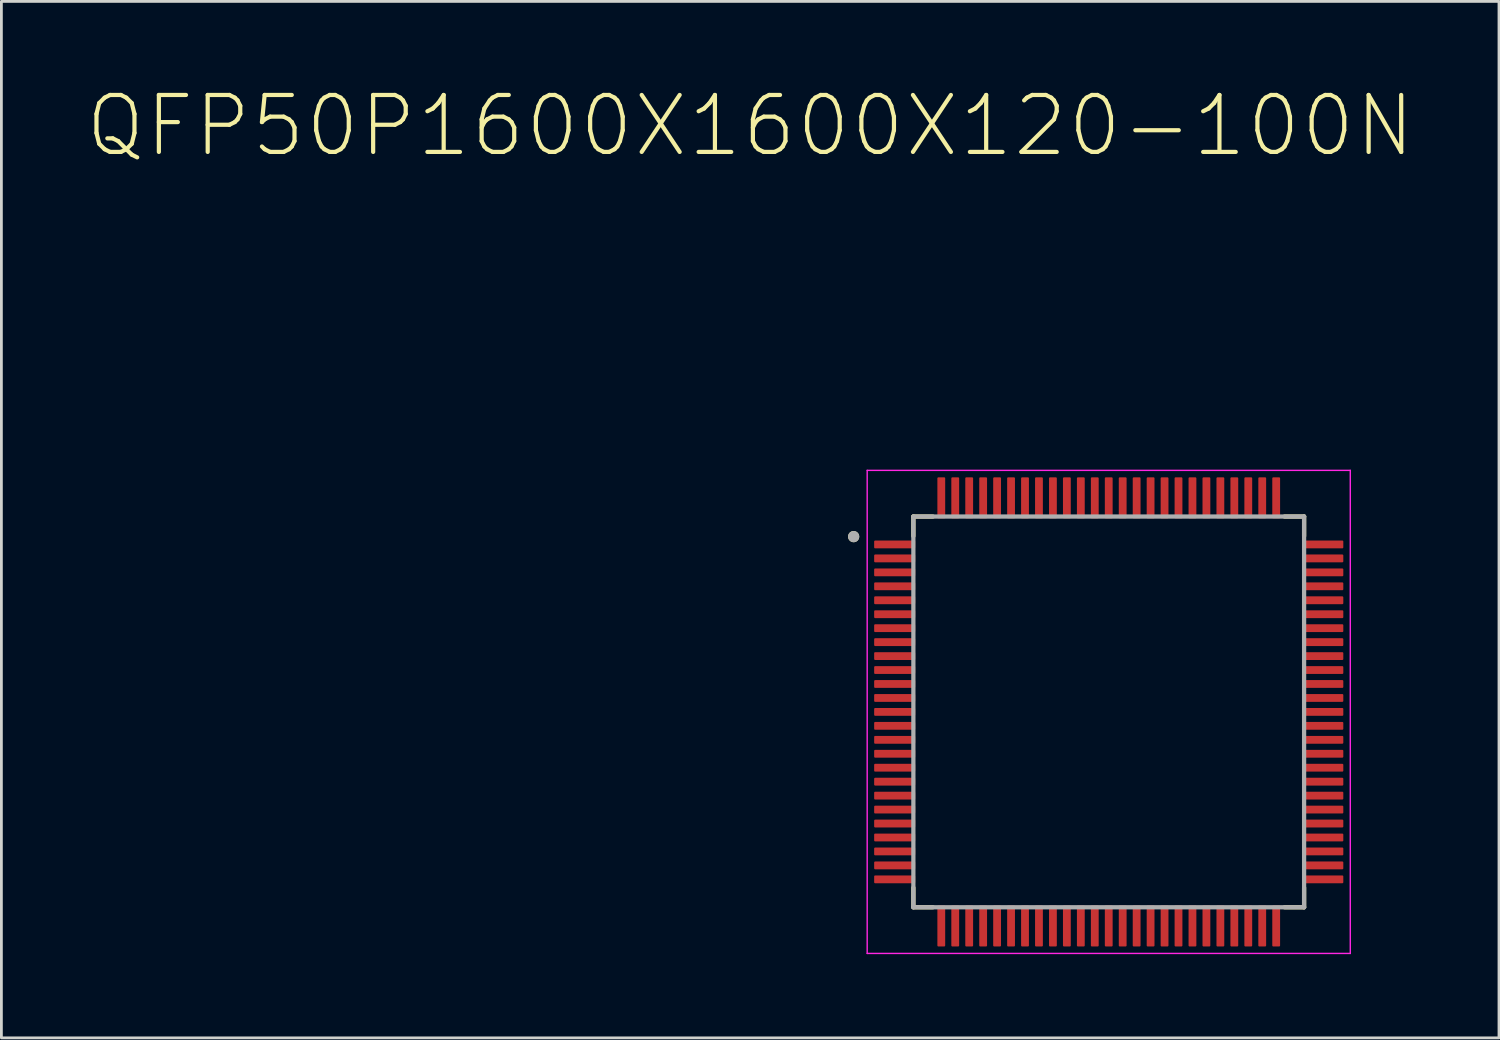
<source format=kicad_pcb>
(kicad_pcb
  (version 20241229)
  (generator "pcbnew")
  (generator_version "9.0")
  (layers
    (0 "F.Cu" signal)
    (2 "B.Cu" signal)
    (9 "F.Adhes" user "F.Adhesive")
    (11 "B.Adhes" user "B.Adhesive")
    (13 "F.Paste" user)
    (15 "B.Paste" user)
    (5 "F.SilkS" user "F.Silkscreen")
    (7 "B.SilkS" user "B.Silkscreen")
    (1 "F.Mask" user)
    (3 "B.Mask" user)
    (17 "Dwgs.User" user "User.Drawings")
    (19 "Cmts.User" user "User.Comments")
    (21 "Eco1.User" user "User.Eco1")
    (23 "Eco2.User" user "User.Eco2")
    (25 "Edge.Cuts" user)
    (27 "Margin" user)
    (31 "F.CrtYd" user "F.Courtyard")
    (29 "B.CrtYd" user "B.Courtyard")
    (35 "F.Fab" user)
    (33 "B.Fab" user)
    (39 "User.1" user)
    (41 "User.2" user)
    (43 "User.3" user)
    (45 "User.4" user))
  (footprint "QFP50P1600X1600X120-100N"
    (layer "F.Cu")
    (at 36.677 22.458)
    (property "Reference" "QFP50P1600X1600X120-100N" (at -12.847 -21.001 0) (layer "F.SilkS") (effects (font (size 2.041 2.041) (thickness 0.15))))
    (attr smd)
    (fp_line (start -7 -7) (end -6.3 -7) (stroke (width 0.152) (type solid)) (layer "F.SilkS"))
    (fp_line (start -7 -6.3) (end -7 -7) (stroke (width 0.152) (type solid)) (layer "F.SilkS"))
    (fp_line (start -7 6.3) (end -7 7) (stroke (width 0.152) (type solid)) (layer "F.SilkS"))
    (fp_line (start -7 7) (end -6.3 7) (stroke (width 0.152) (type solid)) (layer "F.SilkS"))
    (fp_line (start 6.3 -7) (end 7 -7) (stroke (width 0.152) (type solid)) (layer "F.SilkS"))
    (fp_line (start 6.3 7) (end 7 7) (stroke (width 0.152) (type solid)) (layer "F.SilkS"))
    (fp_line (start 7 -7) (end 7 -6.3) (stroke (width 0.152) (type solid)) (layer "F.SilkS"))
    (fp_line (start 7 7) (end 7 6.3) (stroke (width 0.152) (type solid)) (layer "F.SilkS"))
    (fp_circle (center -9.14 -6.28) (end -8.94 -6.28) (stroke (width 0) (type solid)) (fill yes) (layer "F.SilkS"))
    (fp_line (start -8.655 -8.655) (end 8.655 -8.655) (stroke (width 0.05) (type solid)) (layer "F.CrtYd"))
    (fp_line (start -8.655 8.655) (end -8.655 -8.655) (stroke (width 0.05) (type solid)) (layer "F.CrtYd"))
    (fp_line (start -8.655 8.655) (end 8.655 8.655) (stroke (width 0.05) (type solid)) (layer "F.CrtYd"))
    (fp_line (start 8.655 8.655) (end 8.655 -8.655) (stroke (width 0.05) (type solid)) (layer "F.CrtYd"))
    (fp_line (start -7 -7) (end 7 -7) (stroke (width 0.152) (type solid)) (layer "F.Fab"))
    (fp_line (start -7 7) (end -7 -7) (stroke (width 0.152) (type solid)) (layer "F.Fab"))
    (fp_line (start 7 -7) (end 7 7) (stroke (width 0.152) (type solid)) (layer "F.Fab"))
    (fp_line (start 7 7) (end -7 7) (stroke (width 0.152) (type solid)) (layer "F.Fab"))
    (fp_circle (center -9.14 -6.28) (end -8.94 -6.28) (stroke (width 0) (type solid)) (fill yes) (layer "F.Fab"))
    (pad "1" smd roundrect (at -7.67 -6) (size 1.47 0.28) (layers "F.Cu" "F.Mask" "F.Paste") (roundrect_rratio 0.125))
    (pad "2" smd roundrect (at -7.67 -5.5) (size 1.47 0.28) (layers "F.Cu" "F.Mask" "F.Paste") (roundrect_rratio 0.125))
    (pad "3" smd roundrect (at -7.67 -5) (size 1.47 0.28) (layers "F.Cu" "F.Mask" "F.Paste") (roundrect_rratio 0.125))
    (pad "4" smd roundrect (at -7.67 -4.5) (size 1.47 0.28) (layers "F.Cu" "F.Mask" "F.Paste") (roundrect_rratio 0.125))
    (pad "5" smd roundrect (at -7.67 -4) (size 1.47 0.28) (layers "F.Cu" "F.Mask" "F.Paste") (roundrect_rratio 0.125))
    (pad "6" smd roundrect (at -7.67 -3.5) (size 1.47 0.28) (layers "F.Cu" "F.Mask" "F.Paste") (roundrect_rratio 0.125))
    (pad "7" smd roundrect (at -7.67 -3) (size 1.47 0.28) (layers "F.Cu" "F.Mask" "F.Paste") (roundrect_rratio 0.125))
    (pad "8" smd roundrect (at -7.67 -2.5) (size 1.47 0.28) (layers "F.Cu" "F.Mask" "F.Paste") (roundrect_rratio 0.125))
    (pad "9" smd roundrect (at -7.67 -2) (size 1.47 0.28) (layers "F.Cu" "F.Mask" "F.Paste") (roundrect_rratio 0.125))
    (pad "10" smd roundrect (at -7.67 -1.5) (size 1.47 0.28) (layers "F.Cu" "F.Mask" "F.Paste") (roundrect_rratio 0.125))
    (pad "11" smd roundrect (at -7.67 -1) (size 1.47 0.28) (layers "F.Cu" "F.Mask" "F.Paste") (roundrect_rratio 0.125))
    (pad "12" smd roundrect (at -7.67 -0.5) (size 1.47 0.28) (layers "F.Cu" "F.Mask" "F.Paste") (roundrect_rratio 0.125))
    (pad "13" smd roundrect (at -7.67 0) (size 1.47 0.28) (layers "F.Cu" "F.Mask" "F.Paste") (roundrect_rratio 0.125))
    (pad "14" smd roundrect (at -7.67 0.5) (size 1.47 0.28) (layers "F.Cu" "F.Mask" "F.Paste") (roundrect_rratio 0.125))
    (pad "15" smd roundrect (at -7.67 1) (size 1.47 0.28) (layers "F.Cu" "F.Mask" "F.Paste") (roundrect_rratio 0.125))
    (pad "16" smd roundrect (at -7.67 1.5) (size 1.47 0.28) (layers "F.Cu" "F.Mask" "F.Paste") (roundrect_rratio 0.125))
    (pad "17" smd roundrect (at -7.67 2) (size 1.47 0.28) (layers "F.Cu" "F.Mask" "F.Paste") (roundrect_rratio 0.125))
    (pad "18" smd roundrect (at -7.67 2.5) (size 1.47 0.28) (layers "F.Cu" "F.Mask" "F.Paste") (roundrect_rratio 0.125))
    (pad "19" smd roundrect (at -7.67 3) (size 1.47 0.28) (layers "F.Cu" "F.Mask" "F.Paste") (roundrect_rratio 0.125))
    (pad "20" smd roundrect (at -7.67 3.5) (size 1.47 0.28) (layers "F.Cu" "F.Mask" "F.Paste") (roundrect_rratio 0.125))
    (pad "21" smd roundrect (at -7.67 4) (size 1.47 0.28) (layers "F.Cu" "F.Mask" "F.Paste") (roundrect_rratio 0.125))
    (pad "22" smd roundrect (at -7.67 4.5) (size 1.47 0.28) (layers "F.Cu" "F.Mask" "F.Paste") (roundrect_rratio 0.125))
    (pad "23" smd roundrect (at -7.67 5) (size 1.47 0.28) (layers "F.Cu" "F.Mask" "F.Paste") (roundrect_rratio 0.125))
    (pad "24" smd roundrect (at -7.67 5.5) (size 1.47 0.28) (layers "F.Cu" "F.Mask" "F.Paste") (roundrect_rratio 0.125))
    (pad "25" smd roundrect (at -7.67 6) (size 1.47 0.28) (layers "F.Cu" "F.Mask" "F.Paste") (roundrect_rratio 0.125))
    (pad "26" smd roundrect (at -6 7.67 90) (size 1.47 0.28) (layers "F.Cu" "F.Mask" "F.Paste") (roundrect_rratio 0.125))
    (pad "27" smd roundrect (at -5.5 7.67 90) (size 1.47 0.28) (layers "F.Cu" "F.Mask" "F.Paste") (roundrect_rratio 0.125))
    (pad "28" smd roundrect (at -5 7.67 90) (size 1.47 0.28) (layers "F.Cu" "F.Mask" "F.Paste") (roundrect_rratio 0.125))
    (pad "29" smd roundrect (at -4.5 7.67 90) (size 1.47 0.28) (layers "F.Cu" "F.Mask" "F.Paste") (roundrect_rratio 0.125))
    (pad "30" smd roundrect (at -4 7.67 90) (size 1.47 0.28) (layers "F.Cu" "F.Mask" "F.Paste") (roundrect_rratio 0.125))
    (pad "31" smd roundrect (at -3.5 7.67 90) (size 1.47 0.28) (layers "F.Cu" "F.Mask" "F.Paste") (roundrect_rratio 0.125))
    (pad "32" smd roundrect (at -3 7.67 90) (size 1.47 0.28) (layers "F.Cu" "F.Mask" "F.Paste") (roundrect_rratio 0.125))
    (pad "33" smd roundrect (at -2.5 7.67 90) (size 1.47 0.28) (layers "F.Cu" "F.Mask" "F.Paste") (roundrect_rratio 0.125))
    (pad "34" smd roundrect (at -2 7.67 90) (size 1.47 0.28) (layers "F.Cu" "F.Mask" "F.Paste") (roundrect_rratio 0.125))
    (pad "35" smd roundrect (at -1.5 7.67 90) (size 1.47 0.28) (layers "F.Cu" "F.Mask" "F.Paste") (roundrect_rratio 0.125))
    (pad "36" smd roundrect (at -1 7.67 90) (size 1.47 0.28) (layers "F.Cu" "F.Mask" "F.Paste") (roundrect_rratio 0.125))
    (pad "37" smd roundrect (at -0.5 7.67 90) (size 1.47 0.28) (layers "F.Cu" "F.Mask" "F.Paste") (roundrect_rratio 0.125))
    (pad "38" smd roundrect (at 0 7.67 90) (size 1.47 0.28) (layers "F.Cu" "F.Mask" "F.Paste") (roundrect_rratio 0.125))
    (pad "39" smd roundrect (at 0.5 7.67 90) (size 1.47 0.28) (layers "F.Cu" "F.Mask" "F.Paste") (roundrect_rratio 0.125))
    (pad "40" smd roundrect (at 1 7.67 90) (size 1.47 0.28) (layers "F.Cu" "F.Mask" "F.Paste") (roundrect_rratio 0.125))
    (pad "41" smd roundrect (at 1.5 7.67 90) (size 1.47 0.28) (layers "F.Cu" "F.Mask" "F.Paste") (roundrect_rratio 0.125))
    (pad "42" smd roundrect (at 2 7.67 90) (size 1.47 0.28) (layers "F.Cu" "F.Mask" "F.Paste") (roundrect_rratio 0.125))
    (pad "43" smd roundrect (at 2.5 7.67 90) (size 1.47 0.28) (layers "F.Cu" "F.Mask" "F.Paste") (roundrect_rratio 0.125))
    (pad "44" smd roundrect (at 3 7.67 90) (size 1.47 0.28) (layers "F.Cu" "F.Mask" "F.Paste") (roundrect_rratio 0.125))
    (pad "45" smd roundrect (at 3.5 7.67 90) (size 1.47 0.28) (layers "F.Cu" "F.Mask" "F.Paste") (roundrect_rratio 0.125))
    (pad "46" smd roundrect (at 4 7.67 90) (size 1.47 0.28) (layers "F.Cu" "F.Mask" "F.Paste") (roundrect_rratio 0.125))
    (pad "47" smd roundrect (at 4.5 7.67 90) (size 1.47 0.28) (layers "F.Cu" "F.Mask" "F.Paste") (roundrect_rratio 0.125))
    (pad "48" smd roundrect (at 5 7.67 90) (size 1.47 0.28) (layers "F.Cu" "F.Mask" "F.Paste") (roundrect_rratio 0.125))
    (pad "49" smd roundrect (at 5.5 7.67 90) (size 1.47 0.28) (layers "F.Cu" "F.Mask" "F.Paste") (roundrect_rratio 0.125))
    (pad "50" smd roundrect (at 6 7.67 90) (size 1.47 0.28) (layers "F.Cu" "F.Mask" "F.Paste") (roundrect_rratio 0.125))
    (pad "51" smd roundrect (at 7.67 6) (size 1.47 0.28) (layers "F.Cu" "F.Mask" "F.Paste") (roundrect_rratio 0.125))
    (pad "52" smd roundrect (at 7.67 5.5) (size 1.47 0.28) (layers "F.Cu" "F.Mask" "F.Paste") (roundrect_rratio 0.125))
    (pad "53" smd roundrect (at 7.67 5) (size 1.47 0.28) (layers "F.Cu" "F.Mask" "F.Paste") (roundrect_rratio 0.125))
    (pad "54" smd roundrect (at 7.67 4.5) (size 1.47 0.28) (layers "F.Cu" "F.Mask" "F.Paste") (roundrect_rratio 0.125))
    (pad "55" smd roundrect (at 7.67 4) (size 1.47 0.28) (layers "F.Cu" "F.Mask" "F.Paste") (roundrect_rratio 0.125))
    (pad "56" smd roundrect (at 7.67 3.5) (size 1.47 0.28) (layers "F.Cu" "F.Mask" "F.Paste") (roundrect_rratio 0.125))
    (pad "57" smd roundrect (at 7.67 3) (size 1.47 0.28) (layers "F.Cu" "F.Mask" "F.Paste") (roundrect_rratio 0.125))
    (pad "58" smd roundrect (at 7.67 2.5) (size 1.47 0.28) (layers "F.Cu" "F.Mask" "F.Paste") (roundrect_rratio 0.125))
    (pad "59" smd roundrect (at 7.67 2) (size 1.47 0.28) (layers "F.Cu" "F.Mask" "F.Paste") (roundrect_rratio 0.125))
    (pad "60" smd roundrect (at 7.67 1.5) (size 1.47 0.28) (layers "F.Cu" "F.Mask" "F.Paste") (roundrect_rratio 0.125))
    (pad "61" smd roundrect (at 7.67 1) (size 1.47 0.28) (layers "F.Cu" "F.Mask" "F.Paste") (roundrect_rratio 0.125))
    (pad "62" smd roundrect (at 7.67 0.5) (size 1.47 0.28) (layers "F.Cu" "F.Mask" "F.Paste") (roundrect_rratio 0.125))
    (pad "63" smd roundrect (at 7.67 0) (size 1.47 0.28) (layers "F.Cu" "F.Mask" "F.Paste") (roundrect_rratio 0.125))
    (pad "64" smd roundrect (at 7.67 -0.5) (size 1.47 0.28) (layers "F.Cu" "F.Mask" "F.Paste") (roundrect_rratio 0.125))
    (pad "65" smd roundrect (at 7.67 -1) (size 1.47 0.28) (layers "F.Cu" "F.Mask" "F.Paste") (roundrect_rratio 0.125))
    (pad "66" smd roundrect (at 7.67 -1.5) (size 1.47 0.28) (layers "F.Cu" "F.Mask" "F.Paste") (roundrect_rratio 0.125))
    (pad "67" smd roundrect (at 7.67 -2) (size 1.47 0.28) (layers "F.Cu" "F.Mask" "F.Paste") (roundrect_rratio 0.125))
    (pad "68" smd roundrect (at 7.67 -2.5) (size 1.47 0.28) (layers "F.Cu" "F.Mask" "F.Paste") (roundrect_rratio 0.125))
    (pad "69" smd roundrect (at 7.67 -3) (size 1.47 0.28) (layers "F.Cu" "F.Mask" "F.Paste") (roundrect_rratio 0.125))
    (pad "70" smd roundrect (at 7.67 -3.5) (size 1.47 0.28) (layers "F.Cu" "F.Mask" "F.Paste") (roundrect_rratio 0.125))
    (pad "71" smd roundrect (at 7.67 -4) (size 1.47 0.28) (layers "F.Cu" "F.Mask" "F.Paste") (roundrect_rratio 0.125))
    (pad "72" smd roundrect (at 7.67 -4.5) (size 1.47 0.28) (layers "F.Cu" "F.Mask" "F.Paste") (roundrect_rratio 0.125))
    (pad "73" smd roundrect (at 7.67 -5) (size 1.47 0.28) (layers "F.Cu" "F.Mask" "F.Paste") (roundrect_rratio 0.125))
    (pad "74" smd roundrect (at 7.67 -5.5) (size 1.47 0.28) (layers "F.Cu" "F.Mask" "F.Paste") (roundrect_rratio 0.125))
    (pad "75" smd roundrect (at 7.67 -6) (size 1.47 0.28) (layers "F.Cu" "F.Mask" "F.Paste") (roundrect_rratio 0.125))
    (pad "76" smd roundrect (at 6 -7.67 90) (size 1.47 0.28) (layers "F.Cu" "F.Mask" "F.Paste") (roundrect_rratio 0.125))
    (pad "77" smd roundrect (at 5.5 -7.67 90) (size 1.47 0.28) (layers "F.Cu" "F.Mask" "F.Paste") (roundrect_rratio 0.125))
    (pad "78" smd roundrect (at 5 -7.67 90) (size 1.47 0.28) (layers "F.Cu" "F.Mask" "F.Paste") (roundrect_rratio 0.125))
    (pad "79" smd roundrect (at 4.5 -7.67 90) (size 1.47 0.28) (layers "F.Cu" "F.Mask" "F.Paste") (roundrect_rratio 0.125))
    (pad "80" smd roundrect (at 4 -7.67 90) (size 1.47 0.28) (layers "F.Cu" "F.Mask" "F.Paste") (roundrect_rratio 0.125))
    (pad "81" smd roundrect (at 3.5 -7.67 90) (size 1.47 0.28) (layers "F.Cu" "F.Mask" "F.Paste") (roundrect_rratio 0.125))
    (pad "82" smd roundrect (at 3 -7.67 90) (size 1.47 0.28) (layers "F.Cu" "F.Mask" "F.Paste") (roundrect_rratio 0.125))
    (pad "83" smd roundrect (at 2.5 -7.67 90) (size 1.47 0.28) (layers "F.Cu" "F.Mask" "F.Paste") (roundrect_rratio 0.125))
    (pad "84" smd roundrect (at 2 -7.67 90) (size 1.47 0.28) (layers "F.Cu" "F.Mask" "F.Paste") (roundrect_rratio 0.125))
    (pad "85" smd roundrect (at 1.5 -7.67 90) (size 1.47 0.28) (layers "F.Cu" "F.Mask" "F.Paste") (roundrect_rratio 0.125))
    (pad "86" smd roundrect (at 1 -7.67 90) (size 1.47 0.28) (layers "F.Cu" "F.Mask" "F.Paste") (roundrect_rratio 0.125))
    (pad "87" smd roundrect (at 0.5 -7.67 90) (size 1.47 0.28) (layers "F.Cu" "F.Mask" "F.Paste") (roundrect_rratio 0.125))
    (pad "88" smd roundrect (at 0 -7.67 90) (size 1.47 0.28) (layers "F.Cu" "F.Mask" "F.Paste") (roundrect_rratio 0.125))
    (pad "89" smd roundrect (at -0.5 -7.67 90) (size 1.47 0.28) (layers "F.Cu" "F.Mask" "F.Paste") (roundrect_rratio 0.125))
    (pad "90" smd roundrect (at -1 -7.67 90) (size 1.47 0.28) (layers "F.Cu" "F.Mask" "F.Paste") (roundrect_rratio 0.125))
    (pad "91" smd roundrect (at -1.5 -7.67 90) (size 1.47 0.28) (layers "F.Cu" "F.Mask" "F.Paste") (roundrect_rratio 0.125))
    (pad "92" smd roundrect (at -2 -7.67 90) (size 1.47 0.28) (layers "F.Cu" "F.Mask" "F.Paste") (roundrect_rratio 0.125))
    (pad "93" smd roundrect (at -2.5 -7.67 90) (size 1.47 0.28) (layers "F.Cu" "F.Mask" "F.Paste") (roundrect_rratio 0.125))
    (pad "94" smd roundrect (at -3 -7.67 90) (size 1.47 0.28) (layers "F.Cu" "F.Mask" "F.Paste") (roundrect_rratio 0.125))
    (pad "95" smd roundrect (at -3.5 -7.67 90) (size 1.47 0.28) (layers "F.Cu" "F.Mask" "F.Paste") (roundrect_rratio 0.125))
    (pad "96" smd roundrect (at -4 -7.67 90) (size 1.47 0.28) (layers "F.Cu" "F.Mask" "F.Paste") (roundrect_rratio 0.125))
    (pad "97" smd roundrect (at -4.5 -7.67 90) (size 1.47 0.28) (layers "F.Cu" "F.Mask" "F.Paste") (roundrect_rratio 0.125))
    (pad "98" smd roundrect (at -5 -7.67 90) (size 1.47 0.28) (layers "F.Cu" "F.Mask" "F.Paste") (roundrect_rratio 0.125))
    (pad "99" smd roundrect (at -5.5 -7.67 90) (size 1.47 0.28) (layers "F.Cu" "F.Mask" "F.Paste") (roundrect_rratio 0.125))
    (pad "100" smd roundrect (at -6 -7.67 90) (size 1.47 0.28) (layers "F.Cu" "F.Mask" "F.Paste") (roundrect_rratio 0.125)))
  (gr_rect
    (start -3 -3)
    (end 50.66 34.138)
    (stroke (width 0.1) (type default))
    (fill no)
    (layer "Edge.Cuts")))
</source>
